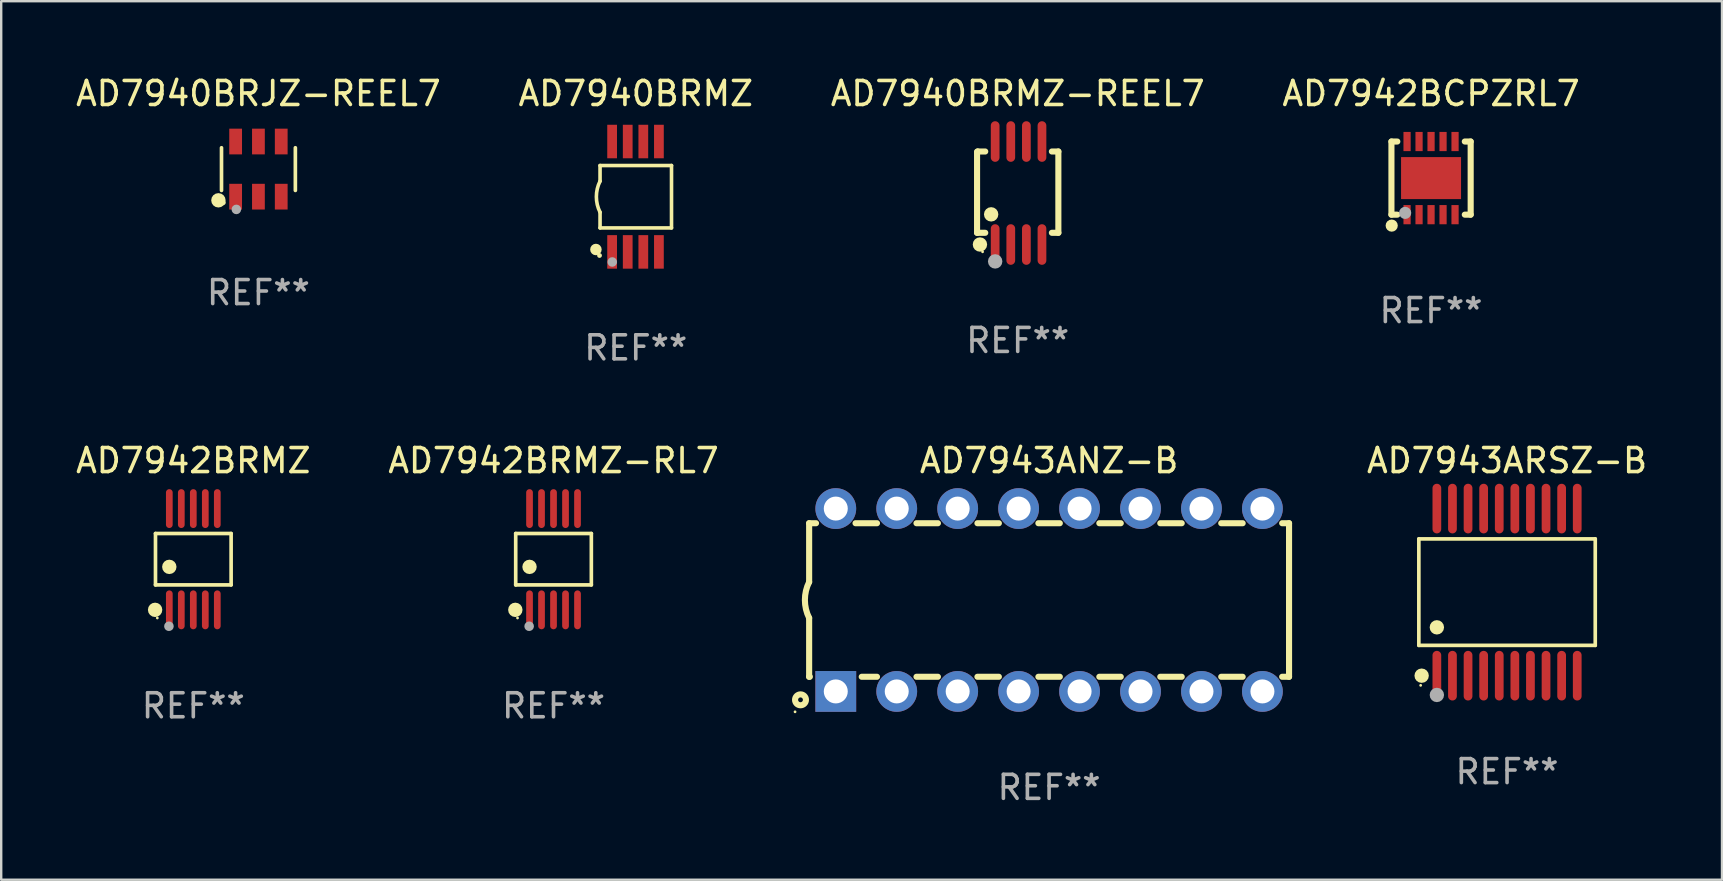
<source format=kicad_pcb>
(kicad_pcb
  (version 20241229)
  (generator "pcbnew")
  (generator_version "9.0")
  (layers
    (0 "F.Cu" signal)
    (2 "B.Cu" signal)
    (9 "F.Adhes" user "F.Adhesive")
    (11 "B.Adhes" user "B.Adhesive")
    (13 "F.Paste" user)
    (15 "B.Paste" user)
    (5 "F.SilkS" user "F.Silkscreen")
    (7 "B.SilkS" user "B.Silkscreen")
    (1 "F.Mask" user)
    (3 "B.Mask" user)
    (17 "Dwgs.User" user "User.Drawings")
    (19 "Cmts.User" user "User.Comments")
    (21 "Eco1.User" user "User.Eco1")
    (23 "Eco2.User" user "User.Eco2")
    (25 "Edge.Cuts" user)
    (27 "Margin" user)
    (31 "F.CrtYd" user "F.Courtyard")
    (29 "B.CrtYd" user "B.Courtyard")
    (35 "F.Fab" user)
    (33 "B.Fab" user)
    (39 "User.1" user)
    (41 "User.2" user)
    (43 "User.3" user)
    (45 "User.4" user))
  (footprint "AD7942BRMZ-RL7"
    (layer "F.Cu")
    (at 20.018 20.255)
    (property "Reference" "AD7942BRMZ-RL7" (at 0 -4.11 0) (layer "F.SilkS") (effects (font (size 1 1) (thickness 0.15))))
    (attr through_hole)
    (fp_line (start -1.576 -1.071) (end 1.576 -1.071) (stroke (width 0.152) (type solid)) (layer "F.SilkS"))
    (fp_line (start -1.576 1.071) (end -1.576 -1.071) (stroke (width 0.152) (type solid)) (layer "F.SilkS"))
    (fp_line (start 1.576 -1.071) (end 1.576 1.071) (stroke (width 0.152) (type solid)) (layer "F.SilkS"))
    (fp_line (start 1.576 1.071) (end -1.576 1.071) (stroke (width 0.152) (type solid)) (layer "F.SilkS"))
    (fp_circle (center -1.592 2.11) (end -1.442 2.11) (stroke (width 0.3) (type solid)) (fill no) (layer "F.SilkS"))
    (fp_circle (center -1.5 2.45) (end -1.47 2.45) (stroke (width 0.06) (type solid)) (fill no) (layer "F.SilkS"))
    (fp_circle (center -1 0.319) (end -0.85 0.319) (stroke (width 0.3) (type solid)) (fill no) (layer "F.SilkS"))
    (fp_circle (center -1.016 2.794) (end -0.916 2.794) (stroke (width 0.2) (type solid)) (fill no) (layer "F.Fab"))
    (fp_text user "REF**" (at 0 6.11 0) (layer "F.Fab") (effects (font (size 1 1) (thickness 0.15))))
    (pad "1" smd oval (at -1 2.11) (size 0.28 1.62) (layers "F.Cu" "F.Mask" "F.Paste"))
    (pad "2" smd oval (at -0.5 2.11) (size 0.28 1.62) (layers "F.Cu" "F.Mask" "F.Paste"))
    (pad "3" smd oval (at 0 2.11) (size 0.28 1.62) (layers "F.Cu" "F.Mask" "F.Paste"))
    (pad "4" smd oval (at 0.5 2.11) (size 0.28 1.62) (layers "F.Cu" "F.Mask" "F.Paste"))
    (pad "5" smd oval (at 1 2.11) (size 0.28 1.62) (layers "F.Cu" "F.Mask" "F.Paste"))
    (pad "6" smd oval (at 1 -2.11) (size 0.28 1.62) (layers "F.Cu" "F.Mask" "F.Paste"))
    (pad "7" smd oval (at 0.5 -2.11) (size 0.28 1.62) (layers "F.Cu" "F.Mask" "F.Paste"))
    (pad "8" smd oval (at 0 -2.11) (size 0.28 1.62) (layers "F.Cu" "F.Mask" "F.Paste"))
    (pad "9" smd oval (at -0.5 -2.11) (size 0.28 1.62) (layers "F.Cu" "F.Mask" "F.Paste"))
    (pad "10" smd oval (at -1 -2.11) (size 0.28 1.62) (layers "F.Cu" "F.Mask" "F.Paste")))
  (footprint "AD7940BRMZ"
    (layer "F.Cu")
    (at 23.446 5.148)
    (property "Reference" "AD7940BRMZ" (at 0 -4.3 0) (layer "F.SilkS") (effects (font (size 1 1) (thickness 0.15))))
    (attr through_hole)
    (fp_line (start -1.489 -1.3) (end -1.489 -0.648) (stroke (width 0.15) (type solid)) (layer "F.SilkS"))
    (fp_line (start -1.489 0.648) (end -1.489 1.3) (stroke (width 0.15) (type solid)) (layer "F.SilkS"))
    (fp_line (start -1.489 1.3) (end 1.489 1.3) (stroke (width 0.15) (type solid)) (layer "F.SilkS"))
    (fp_line (start 1.489 -1.3) (end -1.489 -1.3) (stroke (width 0.15) (type solid)) (layer "F.SilkS"))
    (fp_line (start 1.489 1.3) (end 1.489 -1.3) (stroke (width 0.15) (type solid)) (layer "F.SilkS"))
    (fp_arc (start -1.489205 0.647702) (mid -1.642107 0) (end -1.489205 -0.647701) (stroke (width 0.150013) (type solid)) (layer "F.SilkS"))
    (fp_circle (center -1.661 2.2) (end -1.541 2.2) (stroke (width 0.24) (type solid)) (fill no) (layer "F.SilkS"))
    (fp_circle (center -1.511 2.45) (end -1.461 2.45) (stroke (width 0.1) (type solid)) (fill no) (layer "F.SilkS"))
    (fp_circle (center -0.981 2.72) (end -0.881 2.72) (stroke (width 0.2) (type solid)) (fill no) (layer "F.Fab"))
    (fp_text user "REF**" (at 0 6.3 0) (layer "F.Fab") (effects (font (size 1 1) (thickness 0.15))))
    (pad "1" smd rect (at -0.986 2.3) (size 0.406 1.397) (layers "F.Cu" "F.Mask" "F.Paste"))
    (pad "2" smd rect (at -0.336 2.3) (size 0.406 1.397) (layers "F.Cu" "F.Mask" "F.Paste"))
    (pad "3" smd rect (at 0.314 2.3) (size 0.406 1.397) (layers "F.Cu" "F.Mask" "F.Paste"))
    (pad "4" smd rect (at 0.964 2.3) (size 0.406 1.397) (layers "F.Cu" "F.Mask" "F.Paste"))
    (pad "5" smd rect (at 0.964 -2.3) (size 0.406 1.397) (layers "F.Cu" "F.Mask" "F.Paste"))
    (pad "6" smd rect (at 0.314 -2.3) (size 0.406 1.397) (layers "F.Cu" "F.Mask" "F.Paste"))
    (pad "7" smd rect (at -0.336 -2.3) (size 0.406 1.397) (layers "F.Cu" "F.Mask" "F.Paste"))
    (pad "8" smd rect (at -0.986 -2.3) (size 0.406 1.397) (layers "F.Cu" "F.Mask" "F.Paste")))
  (footprint "AD7940BRJZ-REEL7"
    (layer "F.Cu")
    (at 7.72 3.997)
    (property "Reference" "AD7940BRJZ-REEL7" (at 0 -3.149 0) (layer "F.SilkS") (effects (font (size 1 1) (thickness 0.15))))
    (attr through_hole)
    (fp_line (start -1.539 0.889) (end -1.539 -0.889) (stroke (width 0.152) (type solid)) (layer "F.SilkS"))
    (fp_line (start 1.539 0.889) (end 1.539 -0.889) (stroke (width 0.152) (type solid)) (layer "F.SilkS"))
    (fp_circle (center -1.668 1.301) (end -1.518 1.301) (stroke (width 0.3) (type solid)) (fill no) (layer "F.SilkS"))
    (fp_circle (center -1.463 1.4) (end -1.413 1.4) (stroke (width 0.1) (type solid)) (fill no) (layer "F.SilkS"))
    (fp_circle (center -0.92 1.68) (end -0.82 1.68) (stroke (width 0.2) (type solid)) (fill no) (layer "F.Fab"))
    (fp_text user "REF**" (at 0 5.149 0) (layer "F.Fab") (effects (font (size 1 1) (thickness 0.15))))
    (pad "1" smd rect (at -0.95 1.149) (size 0.532 1.072) (layers "F.Cu" "F.Mask" "F.Paste"))
    (pad "2" smd rect (at 0 1.149) (size 0.532 1.072) (layers "F.Cu" "F.Mask" "F.Paste"))
    (pad "3" smd rect (at 0.95 1.149) (size 0.532 1.072) (layers "F.Cu" "F.Mask" "F.Paste"))
    (pad "4" smd rect (at 0.95 -1.149) (size 0.532 1.072) (layers "F.Cu" "F.Mask" "F.Paste"))
    (pad "5" smd rect (at 0 -1.149) (size 0.532 1.072) (layers "F.Cu" "F.Mask" "F.Paste"))
    (pad "6" smd rect (at -0.95 -1.149) (size 0.532 1.072) (layers "F.Cu" "F.Mask" "F.Paste")))
  (footprint "AD7942BCPZRL7"
    (layer "F.Cu")
    (at 56.589 4.372)
    (property "Reference" "AD7942BCPZRL7" (at 0 -3.524 0) (layer "F.SilkS") (effects (font (size 1 1) (thickness 0.15))))
    (attr through_hole)
    (fp_line (start -1.651 -1.524) (end -1.651 1.524) (stroke (width 0.254) (type solid)) (layer "F.SilkS"))
    (fp_line (start -1.651 1.524) (end -1.406 1.524) (stroke (width 0.254) (type solid)) (layer "F.SilkS"))
    (fp_line (start -1.406 -1.524) (end -1.651 -1.524) (stroke (width 0.254) (type solid)) (layer "F.SilkS"))
    (fp_line (start 1.406 1.524) (end 1.651 1.524) (stroke (width 0.254) (type solid)) (layer "F.SilkS"))
    (fp_line (start 1.651 -1.524) (end 1.406 -1.524) (stroke (width 0.254) (type solid)) (layer "F.SilkS"))
    (fp_line (start 1.651 1.524) (end 1.651 -1.524) (stroke (width 0.254) (type solid)) (layer "F.SilkS"))
    (fp_circle (center -1.64 1.98) (end -1.513 1.98) (stroke (width 0.254) (type solid)) (fill no) (layer "F.SilkS"))
    (fp_circle (center -1.5 1.5) (end -1.47 1.5) (stroke (width 0.06) (type solid)) (fill no) (layer "F.SilkS"))
    (fp_circle (center -1.08 1.45) (end -0.953 1.45) (stroke (width 0.254) (type solid)) (fill no) (layer "F.Fab"))
    (fp_text user "REF**" (at 0 5.524 0) (layer "F.Fab") (effects (font (size 1 1) (thickness 0.15))))
    (pad "1" smd rect (at -1 1.524) (size 0.3 0.8) (layers "F.Cu" "F.Mask" "F.Paste"))
    (pad "2" smd rect (at -0.5 1.524) (size 0.3 0.8) (layers "F.Cu" "F.Mask" "F.Paste"))
    (pad "3" smd rect (at 0 1.524) (size 0.3 0.8) (layers "F.Cu" "F.Mask" "F.Paste"))
    (pad "4" smd rect (at 0.5 1.524) (size 0.3 0.8) (layers "F.Cu" "F.Mask" "F.Paste"))
    (pad "5" smd rect (at 1 1.524) (size 0.3 0.8) (layers "F.Cu" "F.Mask" "F.Paste"))
    (pad "6" smd rect (at 1 -1.524) (size 0.3 0.8) (layers "F.Cu" "F.Mask" "F.Paste"))
    (pad "7" smd rect (at 0.5 -1.524) (size 0.3 0.8) (layers "F.Cu" "F.Mask" "F.Paste"))
    (pad "8" smd rect (at 0 -1.524) (size 0.3 0.8) (layers "F.Cu" "F.Mask" "F.Paste"))
    (pad "9" smd rect (at -0.5 -1.524) (size 0.3 0.8) (layers "F.Cu" "F.Mask" "F.Paste"))
    (pad "10" smd rect (at -1 -1.524) (size 0.3 0.8) (layers "F.Cu" "F.Mask" "F.Paste"))
    (pad "11" smd rect (at 0 0) (size 2.5 1.75) (layers "F.Cu" "F.Mask" "F.Paste")))
  (footprint "AD7940BRMZ-REEL7"
    (layer "F.Cu")
    (at 39.363 4.994)
    (property "Reference" "AD7940BRMZ-REEL7" (at 0 -4.146 0) (layer "F.SilkS") (effects (font (size 1 1) (thickness 0.15))))
    (attr through_hole)
    (fp_line (start -1.694 -1.724) (end -1.694 1.652) (stroke (width 0.254) (type solid)) (layer "F.SilkS"))
    (fp_line (start -1.694 1.652) (end -1.688 1.658) (stroke (width 0.254) (type solid)) (layer "F.SilkS"))
    (fp_line (start -1.688 1.658) (end -1.353 1.658) (stroke (width 0.254) (type solid)) (layer "F.SilkS"))
    (fp_line (start -1.661 -1.73) (end -1.681 -1.71) (stroke (width 0.254) (type solid)) (layer "F.SilkS"))
    (fp_line (start -1.353 -1.73) (end -1.661 -1.73) (stroke (width 0.254) (type solid)) (layer "F.SilkS"))
    (fp_line (start 1.424 1.658) (end 1.694 1.658) (stroke (width 0.254) (type solid)) (layer "F.SilkS"))
    (fp_line (start 1.694 -1.73) (end 1.424 -1.73) (stroke (width 0.254) (type solid)) (layer "F.SilkS"))
    (fp_line (start 1.694 1.658) (end 1.694 -1.73) (stroke (width 0.254) (type solid)) (layer "F.SilkS"))
    (fp_circle (center -1.574 2.146) (end -1.424 2.146) (stroke (width 0.3) (type solid)) (fill no) (layer "F.SilkS"))
    (fp_circle (center -1.464 2.45) (end -1.434 2.45) (stroke (width 0.06) (type solid)) (fill no) (layer "F.SilkS"))
    (fp_circle (center -1.107 0.889) (end -0.957 0.889) (stroke (width 0.3) (type solid)) (fill no) (layer "F.SilkS"))
    (fp_circle (center -0.94 2.85) (end -0.789 2.85) (stroke (width 0.3) (type solid)) (fill no) (layer "F.Fab"))
    (fp_text user "REF**" (at 0 6.146 0) (layer "F.Fab") (effects (font (size 1 1) (thickness 0.15))))
    (pad "1" smd oval (at -0.94 2.146) (size 0.364 1.692) (layers "F.Cu" "F.Mask" "F.Paste"))
    (pad "2" smd oval (at -0.289 2.146) (size 0.364 1.692) (layers "F.Cu" "F.Mask" "F.Paste"))
    (pad "3" smd oval (at 0.361 2.146) (size 0.364 1.692) (layers "F.Cu" "F.Mask" "F.Paste"))
    (pad "4" smd oval (at 1.011 2.146) (size 0.364 1.692) (layers "F.Cu" "F.Mask" "F.Paste"))
    (pad "5" smd oval (at 1.011 -2.146) (size 0.364 1.692) (layers "F.Cu" "F.Mask" "F.Paste"))
    (pad "6" smd oval (at 0.361 -2.146) (size 0.364 1.692) (layers "F.Cu" "F.Mask" "F.Paste"))
    (pad "7" smd oval (at -0.289 -2.146) (size 0.364 1.692) (layers "F.Cu" "F.Mask" "F.Paste"))
    (pad "8" smd oval (at -0.94 -2.146) (size 0.364 1.692) (layers "F.Cu" "F.Mask" "F.Paste")))
  (footprint "AD7943ANZ-B"
    (layer "F.Cu")
    (at 40.671 21.955)
    (property "Reference" "AD7943ANZ-B" (at 0 -5.81 0) (layer "F.SilkS") (effects (font (size 1 1) (thickness 0.15))))
    (attr through_hole)
    (fp_line (start -10 -3.2) (end -10 -0.75) (stroke (width 0.254) (type solid)) (layer "F.SilkS"))
    (fp_line (start -10 -3.2) (end -9.713 -3.2) (stroke (width 0.254) (type solid)) (layer "F.SilkS"))
    (fp_line (start -10 3.2) (end -10 0.75) (stroke (width 0.254) (type solid)) (layer "F.SilkS"))
    (fp_line (start -10 3.2) (end -9.971 3.2) (stroke (width 0.254) (type solid)) (layer "F.SilkS"))
    (fp_line (start -8.067 -3.2) (end -7.173 -3.2) (stroke (width 0.254) (type solid)) (layer "F.SilkS"))
    (fp_line (start -7.809 3.2) (end -7.173 3.2) (stroke (width 0.254) (type solid)) (layer "F.SilkS"))
    (fp_line (start -5.527 3.2) (end -4.633 3.2) (stroke (width 0.254) (type solid)) (layer "F.SilkS"))
    (fp_line (start -5.527 -3.2) (end -4.633 -3.2) (stroke (width 0.254) (type solid)) (layer "F.SilkS"))
    (fp_line (start -2.987 3.2) (end -2.093 3.2) (stroke (width 0.254) (type solid)) (layer "F.SilkS"))
    (fp_line (start -2.987 -3.2) (end -2.093 -3.2) (stroke (width 0.254) (type solid)) (layer "F.SilkS"))
    (fp_line (start -0.447 3.2) (end 0.447 3.2) (stroke (width 0.254) (type solid)) (layer "F.SilkS"))
    (fp_line (start -0.447 -3.2) (end 0.447 -3.2) (stroke (width 0.254) (type solid)) (layer "F.SilkS"))
    (fp_line (start 2.093 3.2) (end 2.987 3.2) (stroke (width 0.254) (type solid)) (layer "F.SilkS"))
    (fp_line (start 2.093 -3.2) (end 2.987 -3.2) (stroke (width 0.254) (type solid)) (layer "F.SilkS"))
    (fp_line (start 4.633 3.2) (end 5.527 3.2) (stroke (width 0.254) (type solid)) (layer "F.SilkS"))
    (fp_line (start 4.633 -3.2) (end 5.527 -3.2) (stroke (width 0.254) (type solid)) (layer "F.SilkS"))
    (fp_line (start 7.173 3.2) (end 8.067 3.2) (stroke (width 0.254) (type solid)) (layer "F.SilkS"))
    (fp_line (start 7.173 -3.2) (end 8.067 -3.2) (stroke (width 0.254) (type solid)) (layer "F.SilkS"))
    (fp_line (start 9.713 3.2) (end 10 3.2) (stroke (width 0.254) (type solid)) (layer "F.SilkS"))
    (fp_line (start 9.713 -3.2) (end 10 -3.2) (stroke (width 0.254) (type solid)) (layer "F.SilkS"))
    (fp_line (start 10 -3.2) (end 10 3.2) (stroke (width 0.254) (type solid)) (layer "F.SilkS"))
    (fp_arc (start -10 0.748793) (mid -10.176918 -0.000607) (end -10.000025 -0.750013) (stroke (width 0.254001) (type solid)) (layer "F.SilkS"))
    (fp_circle (center -10.587 4.66) (end -10.557 4.66) (stroke (width 0.06) (type solid)) (fill no) (layer "F.SilkS"))
    (fp_circle (center -10.36 4.16) (end -10.26 4.16) (stroke (width 0.254) (type solid)) (fill no) (layer "F.SilkS"))
    (fp_text user "REF**" (at 0 7.81 0) (layer "F.Fab") (effects (font (size 1 1) (thickness 0.15))))
    (pad "1" thru_hole rect (at -8.89 3.81 90) (size 1.7 1.7) (drill 1) (layers "*.Cu" "*.Mask"))
    (pad "2" thru_hole circle (at -6.35 3.81) (size 1.7 1.7) (drill 1) (layers "*.Cu" "*.Mask"))
    (pad "3" thru_hole circle (at -3.81 3.81) (size 1.7 1.7) (drill 1) (layers "*.Cu" "*.Mask"))
    (pad "4" thru_hole circle (at -1.27 3.81) (size 1.7 1.7) (drill 1) (layers "*.Cu" "*.Mask"))
    (pad "5" thru_hole circle (at 1.27 3.81) (size 1.7 1.7) (drill 1) (layers "*.Cu" "*.Mask"))
    (pad "6" thru_hole circle (at 3.81 3.81) (size 1.7 1.7) (drill 1) (layers "*.Cu" "*.Mask"))
    (pad "7" thru_hole circle (at 6.35 3.81) (size 1.7 1.7) (drill 1) (layers "*.Cu" "*.Mask"))
    (pad "8" thru_hole circle (at 8.89 3.81) (size 1.7 1.7) (drill 1) (layers "*.Cu" "*.Mask"))
    (pad "9" thru_hole circle (at 8.89 -3.81) (size 1.7 1.7) (drill 1) (layers "*.Cu" "*.Mask"))
    (pad "10" thru_hole circle (at 6.35 -3.81) (size 1.7 1.7) (drill 1) (layers "*.Cu" "*.Mask"))
    (pad "11" thru_hole circle (at 3.81 -3.81) (size 1.7 1.7) (drill 1) (layers "*.Cu" "*.Mask"))
    (pad "12" thru_hole circle (at 1.27 -3.81) (size 1.7 1.7) (drill 1) (layers "*.Cu" "*.Mask"))
    (pad "13" thru_hole circle (at -1.27 -3.81) (size 1.7 1.7) (drill 1) (layers "*.Cu" "*.Mask"))
    (pad "14" thru_hole circle (at -3.81 -3.81) (size 1.7 1.7) (drill 1) (layers "*.Cu" "*.Mask"))
    (pad "15" thru_hole circle (at -6.35 -3.81) (size 1.7 1.7) (drill 1) (layers "*.Cu" "*.Mask"))
    (pad "16" thru_hole circle (at -8.89 -3.81) (size 1.7 1.7) (drill 1) (layers "*.Cu" "*.Mask")))
  (footprint "AD7942BRMZ"
    (layer "F.Cu")
    (at 5.006 20.255)
    (property "Reference" "AD7942BRMZ" (at 0 -4.11 0) (layer "F.SilkS") (effects (font (size 1 1) (thickness 0.15))))
    (attr through_hole)
    (fp_line (start -1.576 -1.071) (end 1.576 -1.071) (stroke (width 0.152) (type solid)) (layer "F.SilkS"))
    (fp_line (start -1.576 1.071) (end -1.576 -1.071) (stroke (width 0.152) (type solid)) (layer "F.SilkS"))
    (fp_line (start 1.576 -1.071) (end 1.576 1.071) (stroke (width 0.152) (type solid)) (layer "F.SilkS"))
    (fp_line (start 1.576 1.071) (end -1.576 1.071) (stroke (width 0.152) (type solid)) (layer "F.SilkS"))
    (fp_circle (center -1.592 2.11) (end -1.442 2.11) (stroke (width 0.3) (type solid)) (fill no) (layer "F.SilkS"))
    (fp_circle (center -1.5 2.45) (end -1.47 2.45) (stroke (width 0.06) (type solid)) (fill no) (layer "F.SilkS"))
    (fp_circle (center -1 0.319) (end -0.85 0.319) (stroke (width 0.3) (type solid)) (fill no) (layer "F.SilkS"))
    (fp_circle (center -1.016 2.794) (end -0.916 2.794) (stroke (width 0.2) (type solid)) (fill no) (layer "F.Fab"))
    (fp_text user "REF**" (at 0 6.11 0) (layer "F.Fab") (effects (font (size 1 1) (thickness 0.15))))
    (pad "1" smd oval (at -1 2.11) (size 0.28 1.62) (layers "F.Cu" "F.Mask" "F.Paste"))
    (pad "2" smd oval (at -0.5 2.11) (size 0.28 1.62) (layers "F.Cu" "F.Mask" "F.Paste"))
    (pad "3" smd oval (at 0 2.11) (size 0.28 1.62) (layers "F.Cu" "F.Mask" "F.Paste"))
    (pad "4" smd oval (at 0.5 2.11) (size 0.28 1.62) (layers "F.Cu" "F.Mask" "F.Paste"))
    (pad "5" smd oval (at 1 2.11) (size 0.28 1.62) (layers "F.Cu" "F.Mask" "F.Paste"))
    (pad "6" smd oval (at 1 -2.11) (size 0.28 1.62) (layers "F.Cu" "F.Mask" "F.Paste"))
    (pad "7" smd oval (at 0.5 -2.11) (size 0.28 1.62) (layers "F.Cu" "F.Mask" "F.Paste"))
    (pad "8" smd oval (at 0 -2.11) (size 0.28 1.62) (layers "F.Cu" "F.Mask" "F.Paste"))
    (pad "9" smd oval (at -0.5 -2.11) (size 0.28 1.62) (layers "F.Cu" "F.Mask" "F.Paste"))
    (pad "10" smd oval (at -1 -2.11) (size 0.28 1.62) (layers "F.Cu" "F.Mask" "F.Paste")))
  (footprint "AD7943ARSZ-B"
    (layer "F.Cu")
    (at 59.756 21.627)
    (property "Reference" "AD7943ARSZ-B" (at 0 -5.482 0) (layer "F.SilkS") (effects (font (size 1 1) (thickness 0.15))))
    (attr through_hole)
    (fp_line (start -3.676 -2.219) (end 3.676 -2.219) (stroke (width 0.152) (type solid)) (layer "F.SilkS"))
    (fp_line (start -3.676 2.219) (end -3.676 -2.219) (stroke (width 0.152) (type solid)) (layer "F.SilkS"))
    (fp_line (start 3.676 -2.219) (end 3.676 2.219) (stroke (width 0.152) (type solid)) (layer "F.SilkS"))
    (fp_line (start 3.676 2.219) (end -3.676 2.219) (stroke (width 0.152) (type solid)) (layer "F.SilkS"))
    (fp_circle (center -3.6 3.885) (end -3.57 3.885) (stroke (width 0.06) (type solid)) (fill no) (layer "F.SilkS"))
    (fp_circle (center -3.559 3.482) (end -3.409 3.482) (stroke (width 0.3) (type solid)) (fill no) (layer "F.SilkS"))
    (fp_circle (center -2.925 1.467) (end -2.775 1.467) (stroke (width 0.3) (type solid)) (fill no) (layer "F.SilkS"))
    (fp_circle (center -2.925 4.285) (end -2.775 4.285) (stroke (width 0.3) (type solid)) (fill no) (layer "F.Fab"))
    (fp_text user "REF**" (at 0 7.482 0) (layer "F.Fab") (effects (font (size 1 1) (thickness 0.15))))
    (pad "1" smd oval (at -2.925 3.482) (size 0.364 2.069) (layers "F.Cu" "F.Mask" "F.Paste"))
    (pad "2" smd oval (at -2.275 3.482) (size 0.364 2.069) (layers "F.Cu" "F.Mask" "F.Paste"))
    (pad "3" smd oval (at -1.625 3.482) (size 0.364 2.069) (layers "F.Cu" "F.Mask" "F.Paste"))
    (pad "4" smd oval (at -0.975 3.482) (size 0.364 2.069) (layers "F.Cu" "F.Mask" "F.Paste"))
    (pad "5" smd oval (at -0.325 3.482) (size 0.364 2.069) (layers "F.Cu" "F.Mask" "F.Paste"))
    (pad "6" smd oval (at 0.325 3.482) (size 0.364 2.069) (layers "F.Cu" "F.Mask" "F.Paste"))
    (pad "7" smd oval (at 0.975 3.482) (size 0.364 2.069) (layers "F.Cu" "F.Mask" "F.Paste"))
    (pad "8" smd oval (at 1.625 3.482) (size 0.364 2.069) (layers "F.Cu" "F.Mask" "F.Paste"))
    (pad "9" smd oval (at 2.275 3.482) (size 0.364 2.069) (layers "F.Cu" "F.Mask" "F.Paste"))
    (pad "10" smd oval (at 2.925 3.482) (size 0.364 2.069) (layers "F.Cu" "F.Mask" "F.Paste"))
    (pad "11" smd oval (at 2.925 -3.482) (size 0.364 2.069) (layers "F.Cu" "F.Mask" "F.Paste"))
    (pad "12" smd oval (at 2.275 -3.482) (size 0.364 2.069) (layers "F.Cu" "F.Mask" "F.Paste"))
    (pad "13" smd oval (at 1.625 -3.482) (size 0.364 2.069) (layers "F.Cu" "F.Mask" "F.Paste"))
    (pad "14" smd oval (at 0.975 -3.482) (size 0.364 2.069) (layers "F.Cu" "F.Mask" "F.Paste"))
    (pad "15" smd oval (at 0.325 -3.482) (size 0.364 2.069) (layers "F.Cu" "F.Mask" "F.Paste"))
    (pad "16" smd oval (at -0.325 -3.482) (size 0.364 2.069) (layers "F.Cu" "F.Mask" "F.Paste"))
    (pad "17" smd oval (at -0.975 -3.482) (size 0.364 2.069) (layers "F.Cu" "F.Mask" "F.Paste"))
    (pad "18" smd oval (at -1.625 -3.482) (size 0.364 2.069) (layers "F.Cu" "F.Mask" "F.Paste"))
    (pad "19" smd oval (at -2.275 -3.482) (size 0.364 2.069) (layers "F.Cu" "F.Mask" "F.Paste"))
    (pad "20" smd oval (at -2.925 -3.482) (size 0.364 2.069) (layers "F.Cu" "F.Mask" "F.Paste")))
  (gr_rect
    (start -3 -3)
    (end 68.714 33.613)
    (stroke (width 0.1) (type default))
    (fill no)
    (layer "Edge.Cuts")))
</source>
